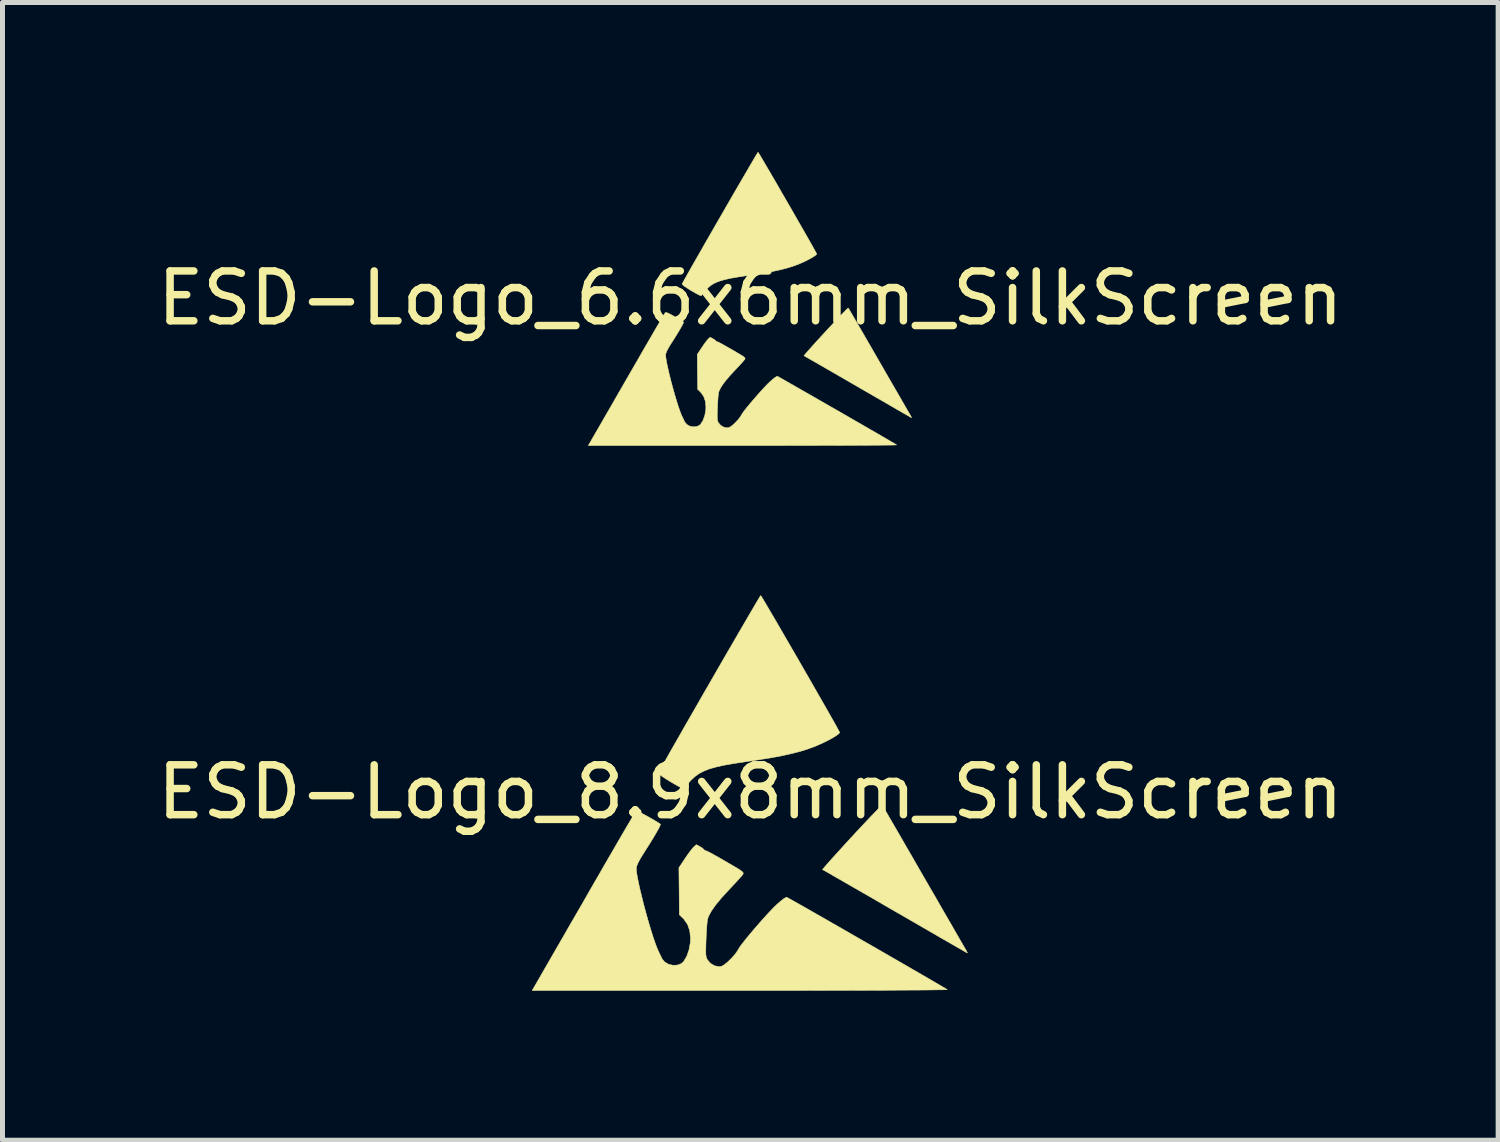
<source format=kicad_pcb>
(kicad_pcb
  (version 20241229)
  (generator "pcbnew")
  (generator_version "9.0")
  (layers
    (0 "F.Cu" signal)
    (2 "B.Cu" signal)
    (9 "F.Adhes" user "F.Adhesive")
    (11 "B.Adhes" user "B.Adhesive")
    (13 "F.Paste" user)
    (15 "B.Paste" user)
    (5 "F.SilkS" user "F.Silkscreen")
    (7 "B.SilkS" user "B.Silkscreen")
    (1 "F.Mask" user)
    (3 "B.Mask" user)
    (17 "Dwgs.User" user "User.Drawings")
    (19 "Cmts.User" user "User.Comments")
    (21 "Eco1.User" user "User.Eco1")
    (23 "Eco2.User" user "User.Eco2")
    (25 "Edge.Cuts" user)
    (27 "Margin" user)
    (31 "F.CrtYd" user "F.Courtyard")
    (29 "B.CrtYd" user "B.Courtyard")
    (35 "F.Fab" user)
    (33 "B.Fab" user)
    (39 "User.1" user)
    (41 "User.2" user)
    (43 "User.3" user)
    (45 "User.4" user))
  (footprint "ESD-Logo_6.6x6mm_SilkScreen"
    (layer "F.Cu")
    (at 12.006 2.932)
    (property "Reference" "ESD-Logo_6.6x6mm_SilkScreen" (at 0 0 0) (layer "F.SilkS") (effects (font (size 1 1) (thickness 0.15))))
    (attr exclude_from_pos_files exclude_from_bom allow_missing_courtyard)
    (fp_poly (pts (xy 1.988 0.235) (xy 1.999 0.254) (xy 2.024 0.297) (xy 2.063 0.364) (xy 2.113 0.45) (xy 2.174 0.555) (xy 2.244 0.675) (xy 2.321 0.809) (xy 2.405 0.955) (xy 2.495 1.11) (xy 2.587 1.27) (xy 2.681 1.433) (xy 2.771 1.59) (xy 2.857 1.738) (xy 2.936 1.874) (xy 3.007 1.998) (xy 3.069 2.105) (xy 3.121 2.195) (xy 3.161 2.265) (xy 3.189 2.313) (xy 3.202 2.335) (xy 3.223 2.372) (xy 3.234 2.396) (xy 3.235 2.4) (xy 3.221 2.392) (xy 3.182 2.37) (xy 3.12 2.335) (xy 3.038 2.288) (xy 2.937 2.23) (xy 2.82 2.162) (xy 2.688 2.085) (xy 2.543 2.002) (xy 2.387 1.912) (xy 2.223 1.817) (xy 2.161 1.781) (xy 1.993 1.684) (xy 1.834 1.592) (xy 1.684 1.505) (xy 1.546 1.426) (xy 1.422 1.354) (xy 1.314 1.292) (xy 1.223 1.24) (xy 1.153 1.2) (xy 1.104 1.172) (xy 1.08 1.158) (xy 1.077 1.157) (xy 1.085 1.145) (xy 1.111 1.114) (xy 1.153 1.066) (xy 1.208 1.004) (xy 1.274 0.93) (xy 1.347 0.849) (xy 1.426 0.763) (xy 1.508 0.674) (xy 1.589 0.586) (xy 1.668 0.502) (xy 1.741 0.423) (xy 1.807 0.354) (xy 1.862 0.298) (xy 1.903 0.256) (xy 1.917 0.242) (xy 1.964 0.198) (xy 1.988 0.235)) (stroke (width 0.01) (type solid)) (fill yes) (layer "F.SilkS"))
    (fp_poly (pts (xy 0.164 -2.914) (xy 0.187 -2.877) (xy 0.223 -2.817) (xy 0.269 -2.739) (xy 0.325 -2.643) (xy 0.389 -2.534) (xy 0.46 -2.412) (xy 0.536 -2.282) (xy 0.615 -2.144) (xy 0.697 -2.002) (xy 0.78 -1.859) (xy 0.862 -1.717) (xy 0.942 -1.577) (xy 1.018 -1.444) (xy 1.09 -1.319) (xy 1.155 -1.205) (xy 1.212 -1.105) (xy 1.259 -1.02) (xy 1.296 -0.954) (xy 1.321 -0.909) (xy 1.332 -0.888) (xy 1.332 -0.886) (xy 1.319 -0.868) (xy 1.281 -0.84) (xy 1.224 -0.805) (xy 1.152 -0.766) (xy 1.077 -0.729) (xy 0.975 -0.684) (xy 0.867 -0.644) (xy 0.75 -0.607) (xy 0.621 -0.573) (xy 0.475 -0.541) (xy 0.309 -0.51) (xy 0.119 -0.479) (xy -0.078 -0.45) (xy -0.248 -0.424) (xy -0.391 -0.399) (xy -0.511 -0.372) (xy -0.61 -0.344) (xy -0.693 -0.312) (xy -0.763 -0.275) (xy -0.823 -0.231) (xy -0.878 -0.181) (xy -0.896 -0.162) (xy -0.934 -0.119) (xy -0.962 -0.083) (xy -0.975 -0.062) (xy -0.976 -0.061) (xy -0.98 -0.05) (xy -0.996 -0.05) (xy -1.027 -0.062) (xy -1.075 -0.087) (xy -1.144 -0.126) (xy -1.193 -0.154) (xy -1.264 -0.199) (xy -1.32 -0.237) (xy -1.356 -0.266) (xy -1.369 -0.283) (xy -1.369 -0.283) (xy -1.361 -0.299) (xy -1.339 -0.34) (xy -1.304 -0.402) (xy -1.258 -0.485) (xy -1.201 -0.586) (xy -1.135 -0.702) (xy -1.061 -0.831) (xy -0.98 -0.972) (xy -0.895 -1.122) (xy -0.805 -1.278) (xy -0.713 -1.438) (xy -0.619 -1.601) (xy -0.525 -1.764) (xy -0.432 -1.925) (xy -0.342 -2.082) (xy -0.255 -2.231) (xy -0.173 -2.372) (xy -0.097 -2.502) (xy -0.029 -2.619) (xy 0.03 -2.72) (xy 0.079 -2.804) (xy 0.117 -2.868) (xy 0.143 -2.909) (xy 0.154 -2.927) (xy 0.155 -2.927) (xy 0.164 -2.914)) (stroke (width 0.01) (type solid)) (fill yes) (layer "F.SilkS"))
    (fp_poly (pts (xy -1.678 0.291) (xy -1.645 0.304) (xy -1.596 0.329) (xy -1.525 0.368) (xy -1.519 0.371) (xy -1.454 0.408) (xy -1.398 0.441) (xy -1.359 0.466) (xy -1.34 0.48) (xy -1.339 0.48) (xy -1.344 0.499) (xy -1.365 0.542) (xy -1.4 0.605) (xy -1.449 0.687) (xy -1.509 0.785) (xy -1.581 0.898) (xy -1.599 0.925) (xy -1.645 1.002) (xy -1.679 1.068) (xy -1.697 1.117) (xy -1.699 1.127) (xy -1.698 1.169) (xy -1.689 1.237) (xy -1.672 1.326) (xy -1.649 1.431) (xy -1.622 1.548) (xy -1.59 1.673) (xy -1.556 1.801) (xy -1.52 1.928) (xy -1.484 2.049) (xy -1.449 2.161) (xy -1.416 2.259) (xy -1.385 2.338) (xy -1.364 2.385) (xy -1.34 2.435) (xy -1.316 2.483) (xy -1.315 2.486) (xy -1.276 2.534) (xy -1.22 2.567) (xy -1.154 2.582) (xy -1.088 2.58) (xy -1.029 2.558) (xy -0.996 2.529) (xy -0.948 2.451) (xy -0.913 2.352) (xy -0.894 2.245) (xy -0.891 2.184) (xy -0.902 2.07) (xy -0.934 1.976) (xy -0.989 1.896) (xy -1.006 1.879) (xy -1.057 1.829) (xy -1.061 1.479) (xy -1.064 1.129) (xy -0.975 0.995) (xy -0.933 0.933) (xy -0.893 0.878) (xy -0.86 0.837) (xy -0.846 0.822) (xy -0.806 0.785) (xy -0.751 0.814) (xy -0.717 0.835) (xy -0.698 0.851) (xy -0.697 0.854) (xy -0.684 0.867) (xy -0.662 0.876) (xy -0.641 0.884) (xy -0.608 0.9) (xy -0.562 0.925) (xy -0.498 0.961) (xy -0.415 1.008) (xy -0.309 1.069) (xy -0.252 1.103) (xy -0.184 1.143) (xy -0.14 1.172) (xy -0.115 1.192) (xy -0.106 1.208) (xy -0.107 1.222) (xy -0.109 1.225) (xy -0.125 1.245) (xy -0.158 1.284) (xy -0.205 1.336) (xy -0.262 1.397) (xy -0.311 1.449) (xy -0.425 1.573) (xy -0.514 1.68) (xy -0.579 1.771) (xy -0.621 1.849) (xy -0.635 1.888) (xy -0.641 1.922) (xy -0.647 1.981) (xy -0.652 2.057) (xy -0.657 2.144) (xy -0.659 2.199) (xy -0.663 2.294) (xy -0.664 2.364) (xy -0.663 2.413) (xy -0.66 2.448) (xy -0.653 2.473) (xy -0.644 2.493) (xy -0.636 2.506) (xy -0.592 2.555) (xy -0.534 2.589) (xy -0.474 2.603) (xy -0.429 2.598) (xy -0.388 2.575) (xy -0.337 2.533) (xy -0.283 2.481) (xy -0.233 2.425) (xy -0.194 2.372) (xy -0.179 2.346) (xy -0.158 2.311) (xy -0.118 2.257) (xy -0.065 2.19) (xy -0.001 2.112) (xy 0.07 2.029) (xy 0.144 1.944) (xy 0.218 1.861) (xy 0.288 1.785) (xy 0.35 1.72) (xy 0.399 1.673) (xy 0.454 1.625) (xy 0.5 1.59) (xy 0.532 1.571) (xy 0.542 1.569) (xy 0.559 1.577) (xy 0.6 1.6) (xy 0.663 1.635) (xy 0.745 1.682) (xy 0.845 1.739) (xy 0.96 1.805) (xy 1.088 1.878) (xy 1.226 1.957) (xy 1.372 2.041) (xy 1.524 2.128) (xy 1.679 2.217) (xy 1.835 2.306) (xy 1.989 2.395) (xy 2.139 2.482) (xy 2.284 2.565) (xy 2.42 2.644) (xy 2.545 2.716) (xy 2.656 2.781) (xy 2.753 2.837) (xy 2.831 2.883) (xy 2.889 2.917) (xy 2.924 2.938) (xy 2.934 2.945) (xy 2.92 2.946) (xy 2.877 2.948) (xy 2.806 2.949) (xy 2.708 2.95) (xy 2.584 2.951) (xy 2.437 2.952) (xy 2.268 2.953) (xy 2.078 2.954) (xy 1.868 2.955) (xy 1.64 2.956) (xy 1.396 2.956) (xy 1.137 2.957) (xy 0.864 2.957) (xy 0.579 2.958) (xy 0.282 2.958) (xy -0.023 2.958) (xy -0.151 2.958) (xy -3.251 2.958) (xy -3.03 2.575) (xy -2.983 2.494) (xy -2.923 2.389) (xy -2.851 2.265) (xy -2.77 2.124) (xy -2.682 1.971) (xy -2.588 1.808) (xy -2.491 1.639) (xy -2.392 1.468) (xy -2.294 1.298) (xy -2.269 1.255) (xy -2.179 1.098) (xy -2.093 0.949) (xy -2.012 0.81) (xy -1.938 0.682) (xy -1.872 0.569) (xy -1.816 0.473) (xy -1.77 0.395) (xy -1.736 0.338) (xy -1.716 0.305) (xy -1.71 0.296) (xy -1.698 0.289) (xy -1.678 0.291)) (stroke (width 0.01) (type solid)) (fill yes) (layer "F.SilkS")))
  (footprint "ESD-Logo_8.9x8mm_SilkScreen"
    (layer "F.Cu")
    (at 12.006 12.842)
    (property "Reference" "ESD-Logo_8.9x8mm_SilkScreen" (at 0 0 0) (layer "F.SilkS") (effects (font (size 1 1) (thickness 0.15))))
    (attr exclude_from_pos_files exclude_from_bom allow_missing_courtyard)
    (fp_poly (pts (xy 2.676 0.316) (xy 2.691 0.342) (xy 2.726 0.4) (xy 2.778 0.49) (xy 2.845 0.606) (xy 2.927 0.747) (xy 3.021 0.909) (xy 3.125 1.09) (xy 3.239 1.286) (xy 3.359 1.495) (xy 3.483 1.71) (xy 3.61 1.93) (xy 3.732 2.14) (xy 3.846 2.339) (xy 3.953 2.524) (xy 4.049 2.69) (xy 4.132 2.835) (xy 4.202 2.956) (xy 4.256 3.05) (xy 4.293 3.114) (xy 4.311 3.144) (xy 4.339 3.194) (xy 4.354 3.226) (xy 4.355 3.231) (xy 4.336 3.221) (xy 4.284 3.191) (xy 4.202 3.144) (xy 4.091 3.08) (xy 3.955 3.002) (xy 3.797 2.911) (xy 3.619 2.808) (xy 3.424 2.695) (xy 3.214 2.574) (xy 2.993 2.446) (xy 2.909 2.398) (xy 2.684 2.268) (xy 2.47 2.143) (xy 2.268 2.027) (xy 2.082 1.92) (xy 1.915 1.824) (xy 1.769 1.74) (xy 1.647 1.67) (xy 1.552 1.615) (xy 1.487 1.578) (xy 1.454 1.56) (xy 1.45 1.558) (xy 1.46 1.542) (xy 1.495 1.5) (xy 1.552 1.435) (xy 1.626 1.351) (xy 1.715 1.253) (xy 1.814 1.144) (xy 1.92 1.027) (xy 2.03 0.908) (xy 2.14 0.789) (xy 2.246 0.675) (xy 2.345 0.57) (xy 2.433 0.477) (xy 2.507 0.401) (xy 2.562 0.345) (xy 2.581 0.326) (xy 2.645 0.267) (xy 2.676 0.316)) (stroke (width 0.01) (type solid)) (fill yes) (layer "F.SilkS"))
    (fp_poly (pts (xy 0.221 -3.924) (xy 0.252 -3.873) (xy 0.3 -3.794) (xy 0.362 -3.688) (xy 0.438 -3.559) (xy 0.524 -3.412) (xy 0.619 -3.248) (xy 0.721 -3.072) (xy 0.828 -2.887) (xy 0.939 -2.696) (xy 1.05 -2.503) (xy 1.161 -2.311) (xy 1.268 -2.124) (xy 1.371 -1.944) (xy 1.467 -1.776) (xy 1.555 -1.623) (xy 1.631 -1.488) (xy 1.696 -1.374) (xy 1.745 -1.285) (xy 1.778 -1.224) (xy 1.793 -1.195) (xy 1.793 -1.193) (xy 1.775 -1.169) (xy 1.725 -1.131) (xy 1.648 -1.084) (xy 1.552 -1.032) (xy 1.45 -0.982) (xy 1.312 -0.921) (xy 1.167 -0.867) (xy 1.01 -0.817) (xy 0.836 -0.772) (xy 0.639 -0.728) (xy 0.416 -0.686) (xy 0.16 -0.645) (xy -0.104 -0.606) (xy -0.334 -0.571) (xy -0.527 -0.537) (xy -0.688 -0.501) (xy -0.822 -0.463) (xy -0.933 -0.419) (xy -1.027 -0.37) (xy -1.109 -0.312) (xy -1.182 -0.244) (xy -1.206 -0.219) (xy -1.258 -0.16) (xy -1.296 -0.112) (xy -1.313 -0.084) (xy -1.314 -0.082) (xy -1.32 -0.068) (xy -1.341 -0.067) (xy -1.382 -0.083) (xy -1.447 -0.117) (xy -1.541 -0.17) (xy -1.606 -0.208) (xy -1.702 -0.268) (xy -1.778 -0.319) (xy -1.826 -0.358) (xy -1.843 -0.381) (xy -1.843 -0.381) (xy -1.833 -0.403) (xy -1.803 -0.457) (xy -1.756 -0.542) (xy -1.693 -0.653) (xy -1.617 -0.789) (xy -1.528 -0.945) (xy -1.428 -1.119) (xy -1.32 -1.309) (xy -1.205 -1.51) (xy -1.084 -1.72) (xy -0.96 -1.937) (xy -0.833 -2.156) (xy -0.707 -2.376) (xy -0.582 -2.592) (xy -0.46 -2.803) (xy -0.343 -3.004) (xy -0.233 -3.194) (xy -0.131 -3.369) (xy -0.039 -3.527) (xy 0.041 -3.663) (xy 0.107 -3.776) (xy 0.158 -3.861) (xy 0.192 -3.918) (xy 0.208 -3.941) (xy 0.209 -3.941) (xy 0.221 -3.924)) (stroke (width 0.01) (type solid)) (fill yes) (layer "F.SilkS"))
    (fp_poly (pts (xy -2.259 0.392) (xy -2.215 0.409) (xy -2.149 0.443) (xy -2.053 0.495) (xy -2.045 0.5) (xy -1.957 0.55) (xy -1.883 0.594) (xy -1.829 0.628) (xy -1.804 0.646) (xy -1.804 0.647) (xy -1.81 0.672) (xy -1.837 0.729) (xy -1.885 0.814) (xy -1.95 0.925) (xy -2.032 1.057) (xy -2.128 1.209) (xy -2.152 1.246) (xy -2.215 1.349) (xy -2.26 1.437) (xy -2.285 1.504) (xy -2.287 1.517) (xy -2.286 1.574) (xy -2.274 1.666) (xy -2.251 1.785) (xy -2.221 1.927) (xy -2.183 2.084) (xy -2.141 2.252) (xy -2.095 2.425) (xy -2.047 2.596) (xy -1.998 2.759) (xy -1.951 2.91) (xy -1.906 3.041) (xy -1.865 3.148) (xy -1.837 3.211) (xy -1.804 3.279) (xy -1.772 3.344) (xy -1.771 3.347) (xy -1.719 3.412) (xy -1.642 3.456) (xy -1.554 3.477) (xy -1.464 3.474) (xy -1.385 3.444) (xy -1.341 3.406) (xy -1.277 3.3) (xy -1.23 3.167) (xy -1.204 3.023) (xy -1.2 2.94) (xy -1.215 2.787) (xy -1.258 2.66) (xy -1.332 2.553) (xy -1.355 2.53) (xy -1.424 2.463) (xy -1.428 1.992) (xy -1.433 1.521) (xy -1.313 1.339) (xy -1.257 1.257) (xy -1.202 1.183) (xy -1.158 1.127) (xy -1.139 1.107) (xy -1.085 1.057) (xy -1.012 1.096) (xy -0.965 1.124) (xy -0.94 1.146) (xy -0.938 1.15) (xy -0.921 1.167) (xy -0.892 1.179) (xy -0.863 1.191) (xy -0.819 1.212) (xy -0.756 1.246) (xy -0.671 1.293) (xy -0.559 1.357) (xy -0.417 1.44) (xy -0.339 1.485) (xy -0.248 1.539) (xy -0.189 1.578) (xy -0.155 1.605) (xy -0.142 1.626) (xy -0.145 1.645) (xy -0.147 1.649) (xy -0.168 1.677) (xy -0.213 1.728) (xy -0.276 1.798) (xy -0.353 1.881) (xy -0.419 1.951) (xy -0.572 2.117) (xy -0.692 2.262) (xy -0.779 2.385) (xy -0.836 2.489) (xy -0.855 2.542) (xy -0.863 2.588) (xy -0.871 2.667) (xy -0.878 2.77) (xy -0.885 2.887) (xy -0.888 2.961) (xy -0.892 3.089) (xy -0.894 3.183) (xy -0.893 3.25) (xy -0.888 3.296) (xy -0.88 3.329) (xy -0.867 3.357) (xy -0.856 3.374) (xy -0.797 3.44) (xy -0.72 3.486) (xy -0.639 3.505) (xy -0.578 3.498) (xy -0.523 3.467) (xy -0.454 3.411) (xy -0.381 3.34) (xy -0.313 3.265) (xy -0.261 3.193) (xy -0.241 3.159) (xy -0.212 3.111) (xy -0.159 3.04) (xy -0.087 2.948) (xy -0.001 2.844) (xy 0.094 2.732) (xy 0.194 2.617) (xy 0.293 2.506) (xy 0.387 2.404) (xy 0.471 2.316) (xy 0.538 2.252) (xy 0.611 2.188) (xy 0.673 2.141) (xy 0.716 2.115) (xy 0.73 2.112) (xy 0.752 2.124) (xy 0.807 2.154) (xy 0.892 2.202) (xy 1.003 2.265) (xy 1.138 2.341) (xy 1.293 2.43) (xy 1.465 2.528) (xy 1.651 2.635) (xy 1.848 2.748) (xy 2.052 2.865) (xy 2.26 2.985) (xy 2.47 3.105) (xy 2.678 3.225) (xy 2.881 3.342) (xy 3.075 3.454) (xy 3.258 3.56) (xy 3.426 3.657) (xy 3.577 3.745) (xy 3.706 3.82) (xy 3.812 3.882) (xy 3.89 3.928) (xy 3.937 3.956) (xy 3.951 3.965) (xy 3.932 3.967) (xy 3.874 3.969) (xy 3.778 3.97) (xy 3.646 3.972) (xy 3.48 3.974) (xy 3.282 3.975) (xy 3.054 3.976) (xy 2.798 3.978) (xy 2.515 3.979) (xy 2.209 3.98) (xy 1.88 3.981) (xy 1.531 3.981) (xy 1.163 3.982) (xy 0.779 3.983) (xy 0.38 3.983) (xy -0.031 3.983) (xy -0.203 3.983) (xy -4.377 3.983) (xy -4.08 3.467) (xy -4.017 3.358) (xy -3.936 3.217) (xy -3.839 3.049) (xy -3.73 2.86) (xy -3.611 2.653) (xy -3.484 2.434) (xy -3.353 2.207) (xy -3.221 1.976) (xy -3.089 1.747) (xy -3.055 1.689) (xy -2.934 1.478) (xy -2.818 1.278) (xy -2.709 1.09) (xy -2.61 0.919) (xy -2.521 0.767) (xy -2.445 0.637) (xy -2.383 0.532) (xy -2.338 0.456) (xy -2.31 0.41) (xy -2.303 0.399) (xy -2.286 0.389) (xy -2.259 0.392)) (stroke (width 0.01) (type solid)) (fill yes) (layer "F.SilkS")))
  (gr_rect
    (start -3 -3)
    (end 27.012 19.83)
    (stroke (width 0.1) (type default))
    (fill no)
    (layer "Edge.Cuts")))
</source>
